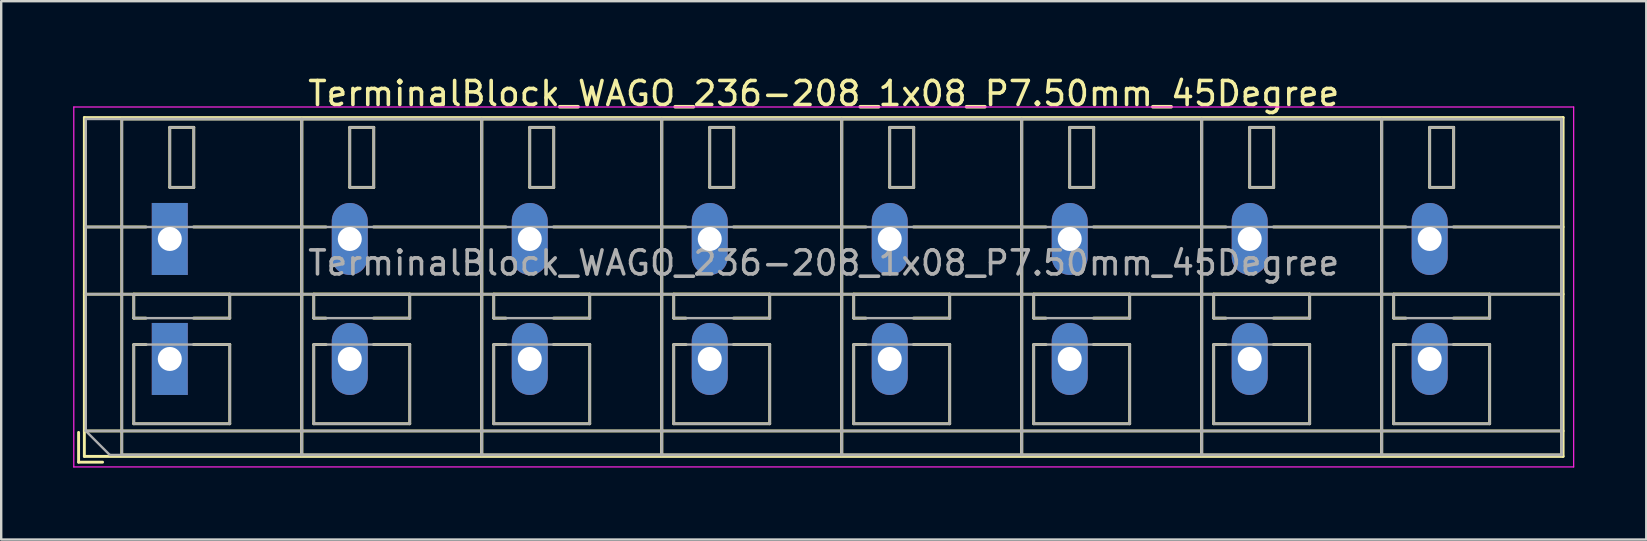
<source format=kicad_pcb>
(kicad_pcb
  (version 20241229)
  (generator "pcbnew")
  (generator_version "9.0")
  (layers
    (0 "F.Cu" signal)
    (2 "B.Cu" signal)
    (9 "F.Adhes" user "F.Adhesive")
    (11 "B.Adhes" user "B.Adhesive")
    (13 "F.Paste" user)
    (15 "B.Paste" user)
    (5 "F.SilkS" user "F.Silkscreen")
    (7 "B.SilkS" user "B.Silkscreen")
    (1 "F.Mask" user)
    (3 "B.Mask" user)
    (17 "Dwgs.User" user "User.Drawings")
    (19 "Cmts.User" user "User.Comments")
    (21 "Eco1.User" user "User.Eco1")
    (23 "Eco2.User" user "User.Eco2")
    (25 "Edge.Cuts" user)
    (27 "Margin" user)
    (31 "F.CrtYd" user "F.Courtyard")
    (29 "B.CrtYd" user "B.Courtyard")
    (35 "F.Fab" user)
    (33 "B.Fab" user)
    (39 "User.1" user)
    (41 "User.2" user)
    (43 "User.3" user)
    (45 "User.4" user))
  (footprint "TerminalBlock_WAGO_236-208_1x08_P7.50mm_45Degree"
    (layer "F.Cu")
    (at 4.025 11.908)
    (property "Reference" "TerminalBlock_WAGO_236-208_1x08_P7.50mm_45Degree" (at 27.25 -11.06 0) (layer "F.SilkS") (effects (font (size 1 1) (thickness 0.15))))
    (attr through_hole)
    (fp_line (start -3.8 3.06) (end -3.8 4.3) (stroke (width 0.12) (type solid)) (layer "F.SilkS"))
    (fp_line (start -3.8 4.3) (end -2.8 4.3) (stroke (width 0.12) (type solid)) (layer "F.SilkS"))
    (fp_line (start -3.56 -10.06) (end -3.56 4.06) (stroke (width 0.12) (type solid)) (layer "F.SilkS"))
    (fp_line (start -3.56 -10.06) (end 58.06 -10.06) (stroke (width 0.12) (type solid)) (layer "F.SilkS"))
    (fp_line (start -3.56 -5.5) (end -0.99 -5.5) (stroke (width 0.12) (type solid)) (layer "F.SilkS"))
    (fp_line (start -3.56 -2.7) (end 58.06 -2.7) (stroke (width 0.12) (type solid)) (layer "F.SilkS"))
    (fp_line (start -3.56 3) (end 58.06 3) (stroke (width 0.12) (type solid)) (layer "F.SilkS"))
    (fp_line (start -3.56 4.06) (end 58.06 4.06) (stroke (width 0.12) (type solid)) (layer "F.SilkS"))
    (fp_line (start -2 -10) (end -2 4) (stroke (width 0.12) (type solid)) (layer "F.SilkS"))
    (fp_line (start -2 -10) (end 5.5 -10) (stroke (width 0.12) (type solid)) (layer "F.SilkS"))
    (fp_line (start -2 4) (end 5.5 4) (stroke (width 0.12) (type solid)) (layer "F.SilkS"))
    (fp_line (start -1.5 -2.7) (end -1.5 -1.701) (stroke (width 0.12) (type solid)) (layer "F.SilkS"))
    (fp_line (start -1.5 -2.7) (end 2.5 -2.7) (stroke (width 0.12) (type solid)) (layer "F.SilkS"))
    (fp_line (start -1.5 -1.701) (end -0.99 -1.701) (stroke (width 0.12) (type solid)) (layer "F.SilkS"))
    (fp_line (start -1.5 -0.6) (end -1.5 2.7) (stroke (width 0.12) (type solid)) (layer "F.SilkS"))
    (fp_line (start -1.5 -0.6) (end -0.99 -0.6) (stroke (width 0.12) (type solid)) (layer "F.SilkS"))
    (fp_line (start -1.5 2.7) (end 2.5 2.7) (stroke (width 0.12) (type solid)) (layer "F.SilkS"))
    (fp_line (start 0 -9.65) (end 0 -7.15) (stroke (width 0.12) (type solid)) (layer "F.SilkS"))
    (fp_line (start 0 -9.65) (end 1 -9.65) (stroke (width 0.12) (type solid)) (layer "F.SilkS"))
    (fp_line (start 0 -7.15) (end 1 -7.15) (stroke (width 0.12) (type solid)) (layer "F.SilkS"))
    (fp_line (start 0.99 -5.5) (end 6.51 -5.5) (stroke (width 0.12) (type solid)) (layer "F.SilkS"))
    (fp_line (start 0.99 -1.701) (end 2.5 -1.701) (stroke (width 0.12) (type solid)) (layer "F.SilkS"))
    (fp_line (start 0.99 -0.6) (end 2.5 -0.6) (stroke (width 0.12) (type solid)) (layer "F.SilkS"))
    (fp_line (start 1 -9.65) (end 1 -7.15) (stroke (width 0.12) (type solid)) (layer "F.SilkS"))
    (fp_line (start 2.5 -2.7) (end 2.5 -1.701) (stroke (width 0.12) (type solid)) (layer "F.SilkS"))
    (fp_line (start 2.5 -0.6) (end 2.5 2.7) (stroke (width 0.12) (type solid)) (layer "F.SilkS"))
    (fp_line (start 5.5 -10) (end 5.5 4) (stroke (width 0.12) (type solid)) (layer "F.SilkS"))
    (fp_line (start 5.5 -10) (end 5.5 4) (stroke (width 0.12) (type solid)) (layer "F.SilkS"))
    (fp_line (start 5.5 -10) (end 13 -10) (stroke (width 0.12) (type solid)) (layer "F.SilkS"))
    (fp_line (start 5.5 4) (end 13 4) (stroke (width 0.12) (type solid)) (layer "F.SilkS"))
    (fp_line (start 6 -2.7) (end 6 -1.701) (stroke (width 0.12) (type solid)) (layer "F.SilkS"))
    (fp_line (start 6 -2.7) (end 10 -2.7) (stroke (width 0.12) (type solid)) (layer "F.SilkS"))
    (fp_line (start 6 -1.701) (end 6.51 -1.701) (stroke (width 0.12) (type solid)) (layer "F.SilkS"))
    (fp_line (start 6 -0.6) (end 6 2.7) (stroke (width 0.12) (type solid)) (layer "F.SilkS"))
    (fp_line (start 6 -0.6) (end 6.51 -0.6) (stroke (width 0.12) (type solid)) (layer "F.SilkS"))
    (fp_line (start 6 2.7) (end 10 2.7) (stroke (width 0.12) (type solid)) (layer "F.SilkS"))
    (fp_line (start 7.5 -9.65) (end 7.5 -7.15) (stroke (width 0.12) (type solid)) (layer "F.SilkS"))
    (fp_line (start 7.5 -9.65) (end 8.5 -9.65) (stroke (width 0.12) (type solid)) (layer "F.SilkS"))
    (fp_line (start 7.5 -7.15) (end 8.5 -7.15) (stroke (width 0.12) (type solid)) (layer "F.SilkS"))
    (fp_line (start 8.49 -5.5) (end 14.01 -5.5) (stroke (width 0.12) (type solid)) (layer "F.SilkS"))
    (fp_line (start 8.49 -1.701) (end 10 -1.701) (stroke (width 0.12) (type solid)) (layer "F.SilkS"))
    (fp_line (start 8.49 -0.6) (end 10 -0.6) (stroke (width 0.12) (type solid)) (layer "F.SilkS"))
    (fp_line (start 8.5 -9.65) (end 8.5 -7.15) (stroke (width 0.12) (type solid)) (layer "F.SilkS"))
    (fp_line (start 10 -2.7) (end 10 -1.701) (stroke (width 0.12) (type solid)) (layer "F.SilkS"))
    (fp_line (start 10 -0.6) (end 10 2.7) (stroke (width 0.12) (type solid)) (layer "F.SilkS"))
    (fp_line (start 13 -10) (end 13 4) (stroke (width 0.12) (type solid)) (layer "F.SilkS"))
    (fp_line (start 13 -10) (end 13 4) (stroke (width 0.12) (type solid)) (layer "F.SilkS"))
    (fp_line (start 13 -10) (end 20.5 -10) (stroke (width 0.12) (type solid)) (layer "F.SilkS"))
    (fp_line (start 13 4) (end 20.5 4) (stroke (width 0.12) (type solid)) (layer "F.SilkS"))
    (fp_line (start 13.5 -2.7) (end 13.5 -1.701) (stroke (width 0.12) (type solid)) (layer "F.SilkS"))
    (fp_line (start 13.5 -2.7) (end 17.5 -2.7) (stroke (width 0.12) (type solid)) (layer "F.SilkS"))
    (fp_line (start 13.5 -1.701) (end 14.01 -1.701) (stroke (width 0.12) (type solid)) (layer "F.SilkS"))
    (fp_line (start 13.5 -0.6) (end 13.5 2.7) (stroke (width 0.12) (type solid)) (layer "F.SilkS"))
    (fp_line (start 13.5 -0.6) (end 14.01 -0.6) (stroke (width 0.12) (type solid)) (layer "F.SilkS"))
    (fp_line (start 13.5 2.7) (end 17.5 2.7) (stroke (width 0.12) (type solid)) (layer "F.SilkS"))
    (fp_line (start 15 -9.65) (end 15 -7.15) (stroke (width 0.12) (type solid)) (layer "F.SilkS"))
    (fp_line (start 15 -9.65) (end 16 -9.65) (stroke (width 0.12) (type solid)) (layer "F.SilkS"))
    (fp_line (start 15 -7.15) (end 16 -7.15) (stroke (width 0.12) (type solid)) (layer "F.SilkS"))
    (fp_line (start 15.99 -5.5) (end 21.51 -5.5) (stroke (width 0.12) (type solid)) (layer "F.SilkS"))
    (fp_line (start 15.99 -1.701) (end 17.5 -1.701) (stroke (width 0.12) (type solid)) (layer "F.SilkS"))
    (fp_line (start 15.99 -0.6) (end 17.5 -0.6) (stroke (width 0.12) (type solid)) (layer "F.SilkS"))
    (fp_line (start 16 -9.65) (end 16 -7.15) (stroke (width 0.12) (type solid)) (layer "F.SilkS"))
    (fp_line (start 17.5 -2.7) (end 17.5 -1.701) (stroke (width 0.12) (type solid)) (layer "F.SilkS"))
    (fp_line (start 17.5 -0.6) (end 17.5 2.7) (stroke (width 0.12) (type solid)) (layer "F.SilkS"))
    (fp_line (start 20.5 -10) (end 20.5 4) (stroke (width 0.12) (type solid)) (layer "F.SilkS"))
    (fp_line (start 20.5 -10) (end 20.5 4) (stroke (width 0.12) (type solid)) (layer "F.SilkS"))
    (fp_line (start 20.5 -10) (end 28 -10) (stroke (width 0.12) (type solid)) (layer "F.SilkS"))
    (fp_line (start 20.5 4) (end 28 4) (stroke (width 0.12) (type solid)) (layer "F.SilkS"))
    (fp_line (start 21 -2.7) (end 21 -1.701) (stroke (width 0.12) (type solid)) (layer "F.SilkS"))
    (fp_line (start 21 -2.7) (end 25 -2.7) (stroke (width 0.12) (type solid)) (layer "F.SilkS"))
    (fp_line (start 21 -1.701) (end 21.51 -1.701) (stroke (width 0.12) (type solid)) (layer "F.SilkS"))
    (fp_line (start 21 -0.6) (end 21 2.7) (stroke (width 0.12) (type solid)) (layer "F.SilkS"))
    (fp_line (start 21 -0.6) (end 21.51 -0.6) (stroke (width 0.12) (type solid)) (layer "F.SilkS"))
    (fp_line (start 21 2.7) (end 25 2.7) (stroke (width 0.12) (type solid)) (layer "F.SilkS"))
    (fp_line (start 22.5 -9.65) (end 22.5 -7.15) (stroke (width 0.12) (type solid)) (layer "F.SilkS"))
    (fp_line (start 22.5 -9.65) (end 23.5 -9.65) (stroke (width 0.12) (type solid)) (layer "F.SilkS"))
    (fp_line (start 22.5 -7.15) (end 23.5 -7.15) (stroke (width 0.12) (type solid)) (layer "F.SilkS"))
    (fp_line (start 23.49 -5.5) (end 29.01 -5.5) (stroke (width 0.12) (type solid)) (layer "F.SilkS"))
    (fp_line (start 23.49 -1.701) (end 25 -1.701) (stroke (width 0.12) (type solid)) (layer "F.SilkS"))
    (fp_line (start 23.49 -0.6) (end 25 -0.6) (stroke (width 0.12) (type solid)) (layer "F.SilkS"))
    (fp_line (start 23.5 -9.65) (end 23.5 -7.15) (stroke (width 0.12) (type solid)) (layer "F.SilkS"))
    (fp_line (start 25 -2.7) (end 25 -1.701) (stroke (width 0.12) (type solid)) (layer "F.SilkS"))
    (fp_line (start 25 -0.6) (end 25 2.7) (stroke (width 0.12) (type solid)) (layer "F.SilkS"))
    (fp_line (start 28 -10) (end 28 4) (stroke (width 0.12) (type solid)) (layer "F.SilkS"))
    (fp_line (start 28 -10) (end 28 4) (stroke (width 0.12) (type solid)) (layer "F.SilkS"))
    (fp_line (start 28 -10) (end 35.5 -10) (stroke (width 0.12) (type solid)) (layer "F.SilkS"))
    (fp_line (start 28 4) (end 35.5 4) (stroke (width 0.12) (type solid)) (layer "F.SilkS"))
    (fp_line (start 28.5 -2.7) (end 28.5 -1.701) (stroke (width 0.12) (type solid)) (layer "F.SilkS"))
    (fp_line (start 28.5 -2.7) (end 32.5 -2.7) (stroke (width 0.12) (type solid)) (layer "F.SilkS"))
    (fp_line (start 28.5 -1.701) (end 29.01 -1.701) (stroke (width 0.12) (type solid)) (layer "F.SilkS"))
    (fp_line (start 28.5 -0.6) (end 28.5 2.7) (stroke (width 0.12) (type solid)) (layer "F.SilkS"))
    (fp_line (start 28.5 -0.6) (end 29.01 -0.6) (stroke (width 0.12) (type solid)) (layer "F.SilkS"))
    (fp_line (start 28.5 2.7) (end 32.5 2.7) (stroke (width 0.12) (type solid)) (layer "F.SilkS"))
    (fp_line (start 30 -9.65) (end 30 -7.15) (stroke (width 0.12) (type solid)) (layer "F.SilkS"))
    (fp_line (start 30 -9.65) (end 31 -9.65) (stroke (width 0.12) (type solid)) (layer "F.SilkS"))
    (fp_line (start 30 -7.15) (end 31 -7.15) (stroke (width 0.12) (type solid)) (layer "F.SilkS"))
    (fp_line (start 30.99 -5.5) (end 36.51 -5.5) (stroke (width 0.12) (type solid)) (layer "F.SilkS"))
    (fp_line (start 30.99 -1.701) (end 32.5 -1.701) (stroke (width 0.12) (type solid)) (layer "F.SilkS"))
    (fp_line (start 30.99 -0.6) (end 32.5 -0.6) (stroke (width 0.12) (type solid)) (layer "F.SilkS"))
    (fp_line (start 31 -9.65) (end 31 -7.15) (stroke (width 0.12) (type solid)) (layer "F.SilkS"))
    (fp_line (start 32.5 -2.7) (end 32.5 -1.701) (stroke (width 0.12) (type solid)) (layer "F.SilkS"))
    (fp_line (start 32.5 -0.6) (end 32.5 2.7) (stroke (width 0.12) (type solid)) (layer "F.SilkS"))
    (fp_line (start 35.5 -10) (end 35.5 4) (stroke (width 0.12) (type solid)) (layer "F.SilkS"))
    (fp_line (start 35.5 -10) (end 35.5 4) (stroke (width 0.12) (type solid)) (layer "F.SilkS"))
    (fp_line (start 35.5 -10) (end 43 -10) (stroke (width 0.12) (type solid)) (layer "F.SilkS"))
    (fp_line (start 35.5 4) (end 43 4) (stroke (width 0.12) (type solid)) (layer "F.SilkS"))
    (fp_line (start 36 -2.7) (end 36 -1.701) (stroke (width 0.12) (type solid)) (layer "F.SilkS"))
    (fp_line (start 36 -2.7) (end 40 -2.7) (stroke (width 0.12) (type solid)) (layer "F.SilkS"))
    (fp_line (start 36 -1.701) (end 36.51 -1.701) (stroke (width 0.12) (type solid)) (layer "F.SilkS"))
    (fp_line (start 36 -0.6) (end 36 2.7) (stroke (width 0.12) (type solid)) (layer "F.SilkS"))
    (fp_line (start 36 -0.6) (end 36.51 -0.6) (stroke (width 0.12) (type solid)) (layer "F.SilkS"))
    (fp_line (start 36 2.7) (end 40 2.7) (stroke (width 0.12) (type solid)) (layer "F.SilkS"))
    (fp_line (start 37.5 -9.65) (end 37.5 -7.15) (stroke (width 0.12) (type solid)) (layer "F.SilkS"))
    (fp_line (start 37.5 -9.65) (end 38.5 -9.65) (stroke (width 0.12) (type solid)) (layer "F.SilkS"))
    (fp_line (start 37.5 -7.15) (end 38.5 -7.15) (stroke (width 0.12) (type solid)) (layer "F.SilkS"))
    (fp_line (start 38.49 -5.5) (end 44.01 -5.5) (stroke (width 0.12) (type solid)) (layer "F.SilkS"))
    (fp_line (start 38.49 -1.701) (end 40 -1.701) (stroke (width 0.12) (type solid)) (layer "F.SilkS"))
    (fp_line (start 38.49 -0.6) (end 40 -0.6) (stroke (width 0.12) (type solid)) (layer "F.SilkS"))
    (fp_line (start 38.5 -9.65) (end 38.5 -7.15) (stroke (width 0.12) (type solid)) (layer "F.SilkS"))
    (fp_line (start 40 -2.7) (end 40 -1.701) (stroke (width 0.12) (type solid)) (layer "F.SilkS"))
    (fp_line (start 40 -0.6) (end 40 2.7) (stroke (width 0.12) (type solid)) (layer "F.SilkS"))
    (fp_line (start 43 -10) (end 43 4) (stroke (width 0.12) (type solid)) (layer "F.SilkS"))
    (fp_line (start 43 -10) (end 43 4) (stroke (width 0.12) (type solid)) (layer "F.SilkS"))
    (fp_line (start 43 -10) (end 50.5 -10) (stroke (width 0.12) (type solid)) (layer "F.SilkS"))
    (fp_line (start 43 4) (end 50.5 4) (stroke (width 0.12) (type solid)) (layer "F.SilkS"))
    (fp_line (start 43.5 -2.7) (end 43.5 -1.701) (stroke (width 0.12) (type solid)) (layer "F.SilkS"))
    (fp_line (start 43.5 -2.7) (end 47.5 -2.7) (stroke (width 0.12) (type solid)) (layer "F.SilkS"))
    (fp_line (start 43.5 -1.701) (end 44.01 -1.701) (stroke (width 0.12) (type solid)) (layer "F.SilkS"))
    (fp_line (start 43.5 -0.6) (end 43.5 2.7) (stroke (width 0.12) (type solid)) (layer "F.SilkS"))
    (fp_line (start 43.5 -0.6) (end 44.01 -0.6) (stroke (width 0.12) (type solid)) (layer "F.SilkS"))
    (fp_line (start 43.5 2.7) (end 47.5 2.7) (stroke (width 0.12) (type solid)) (layer "F.SilkS"))
    (fp_line (start 45 -9.65) (end 45 -7.15) (stroke (width 0.12) (type solid)) (layer "F.SilkS"))
    (fp_line (start 45 -9.65) (end 46 -9.65) (stroke (width 0.12) (type solid)) (layer "F.SilkS"))
    (fp_line (start 45 -7.15) (end 46 -7.15) (stroke (width 0.12) (type solid)) (layer "F.SilkS"))
    (fp_line (start 45.99 -5.5) (end 51.51 -5.5) (stroke (width 0.12) (type solid)) (layer "F.SilkS"))
    (fp_line (start 45.99 -1.701) (end 47.5 -1.701) (stroke (width 0.12) (type solid)) (layer "F.SilkS"))
    (fp_line (start 45.99 -0.6) (end 47.5 -0.6) (stroke (width 0.12) (type solid)) (layer "F.SilkS"))
    (fp_line (start 46 -9.65) (end 46 -7.15) (stroke (width 0.12) (type solid)) (layer "F.SilkS"))
    (fp_line (start 47.5 -2.7) (end 47.5 -1.701) (stroke (width 0.12) (type solid)) (layer "F.SilkS"))
    (fp_line (start 47.5 -0.6) (end 47.5 2.7) (stroke (width 0.12) (type solid)) (layer "F.SilkS"))
    (fp_line (start 50.5 -10) (end 50.5 4) (stroke (width 0.12) (type solid)) (layer "F.SilkS"))
    (fp_line (start 50.5 -10) (end 50.5 4) (stroke (width 0.12) (type solid)) (layer "F.SilkS"))
    (fp_line (start 50.5 -10) (end 58 -10) (stroke (width 0.12) (type solid)) (layer "F.SilkS"))
    (fp_line (start 50.5 4) (end 58 4) (stroke (width 0.12) (type solid)) (layer "F.SilkS"))
    (fp_line (start 51 -2.7) (end 51 -1.701) (stroke (width 0.12) (type solid)) (layer "F.SilkS"))
    (fp_line (start 51 -2.7) (end 55 -2.7) (stroke (width 0.12) (type solid)) (layer "F.SilkS"))
    (fp_line (start 51 -1.701) (end 51.51 -1.701) (stroke (width 0.12) (type solid)) (layer "F.SilkS"))
    (fp_line (start 51 -0.6) (end 51 2.7) (stroke (width 0.12) (type solid)) (layer "F.SilkS"))
    (fp_line (start 51 -0.6) (end 51.51 -0.6) (stroke (width 0.12) (type solid)) (layer "F.SilkS"))
    (fp_line (start 51 2.7) (end 55 2.7) (stroke (width 0.12) (type solid)) (layer "F.SilkS"))
    (fp_line (start 52.5 -9.65) (end 52.5 -7.15) (stroke (width 0.12) (type solid)) (layer "F.SilkS"))
    (fp_line (start 52.5 -9.65) (end 53.5 -9.65) (stroke (width 0.12) (type solid)) (layer "F.SilkS"))
    (fp_line (start 52.5 -7.15) (end 53.5 -7.15) (stroke (width 0.12) (type solid)) (layer "F.SilkS"))
    (fp_line (start 53.49 -5.5) (end 58.06 -5.5) (stroke (width 0.12) (type solid)) (layer "F.SilkS"))
    (fp_line (start 53.49 -1.701) (end 55 -1.701) (stroke (width 0.12) (type solid)) (layer "F.SilkS"))
    (fp_line (start 53.49 -0.6) (end 55 -0.6) (stroke (width 0.12) (type solid)) (layer "F.SilkS"))
    (fp_line (start 53.5 -9.65) (end 53.5 -7.15) (stroke (width 0.12) (type solid)) (layer "F.SilkS"))
    (fp_line (start 55 -2.7) (end 55 -1.701) (stroke (width 0.12) (type solid)) (layer "F.SilkS"))
    (fp_line (start 55 -0.6) (end 55 2.7) (stroke (width 0.12) (type solid)) (layer "F.SilkS"))
    (fp_line (start 58 -10) (end 58 4) (stroke (width 0.12) (type solid)) (layer "F.SilkS"))
    (fp_line (start 58.06 -10.06) (end 58.06 4.06) (stroke (width 0.12) (type solid)) (layer "F.SilkS"))
    (fp_line (start -4 -10.5) (end -4 4.5) (stroke (width 0.05) (type solid)) (layer "F.CrtYd"))
    (fp_line (start -4 4.5) (end 58.5 4.5) (stroke (width 0.05) (type solid)) (layer "F.CrtYd"))
    (fp_line (start 58.5 -10.5) (end -4 -10.5) (stroke (width 0.05) (type solid)) (layer "F.CrtYd"))
    (fp_line (start 58.5 4.5) (end 58.5 -10.5) (stroke (width 0.05) (type solid)) (layer "F.CrtYd"))
    (fp_line (start -3.5 -10) (end 58 -10) (stroke (width 0.1) (type solid)) (layer "F.Fab"))
    (fp_line (start -3.5 -5.5) (end 58 -5.5) (stroke (width 0.1) (type solid)) (layer "F.Fab"))
    (fp_line (start -3.5 -2.7) (end 58 -2.7) (stroke (width 0.1) (type solid)) (layer "F.Fab"))
    (fp_line (start -3.5 3) (end -3.5 -10) (stroke (width 0.1) (type solid)) (layer "F.Fab"))
    (fp_line (start -3.5 3) (end 58 3) (stroke (width 0.1) (type solid)) (layer "F.Fab"))
    (fp_line (start -2.5 4) (end -3.5 3) (stroke (width 0.1) (type solid)) (layer "F.Fab"))
    (fp_line (start -2 -10) (end -2 4) (stroke (width 0.1) (type solid)) (layer "F.Fab"))
    (fp_line (start -2 4) (end 5.5 4) (stroke (width 0.1) (type solid)) (layer "F.Fab"))
    (fp_line (start -1.5 -2.7) (end -1.5 -1.7) (stroke (width 0.1) (type solid)) (layer "F.Fab"))
    (fp_line (start -1.5 -1.7) (end 2.5 -1.7) (stroke (width 0.1) (type solid)) (layer "F.Fab"))
    (fp_line (start -1.5 -0.6) (end -1.5 2.7) (stroke (width 0.1) (type solid)) (layer "F.Fab"))
    (fp_line (start -1.5 2.7) (end 2.5 2.7) (stroke (width 0.1) (type solid)) (layer "F.Fab"))
    (fp_line (start 0 -9.65) (end 0 -7.15) (stroke (width 0.1) (type solid)) (layer "F.Fab"))
    (fp_line (start 0 -7.15) (end 1 -7.15) (stroke (width 0.1) (type solid)) (layer "F.Fab"))
    (fp_line (start 1 -9.65) (end 0 -9.65) (stroke (width 0.1) (type solid)) (layer "F.Fab"))
    (fp_line (start 1 -7.15) (end 1 -9.65) (stroke (width 0.1) (type solid)) (layer "F.Fab"))
    (fp_line (start 2.5 -2.7) (end -1.5 -2.7) (stroke (width 0.1) (type solid)) (layer "F.Fab"))
    (fp_line (start 2.5 -1.7) (end 2.5 -2.7) (stroke (width 0.1) (type solid)) (layer "F.Fab"))
    (fp_line (start 2.5 -0.6) (end -1.5 -0.6) (stroke (width 0.1) (type solid)) (layer "F.Fab"))
    (fp_line (start 2.5 2.7) (end 2.5 -0.6) (stroke (width 0.1) (type solid)) (layer "F.Fab"))
    (fp_line (start 5.5 -10) (end -2 -10) (stroke (width 0.1) (type solid)) (layer "F.Fab"))
    (fp_line (start 5.5 -10) (end 5.5 4) (stroke (width 0.1) (type solid)) (layer "F.Fab"))
    (fp_line (start 5.5 4) (end 5.5 -10) (stroke (width 0.1) (type solid)) (layer "F.Fab"))
    (fp_line (start 5.5 4) (end 13 4) (stroke (width 0.1) (type solid)) (layer "F.Fab"))
    (fp_line (start 6 -2.7) (end 6 -1.7) (stroke (width 0.1) (type solid)) (layer "F.Fab"))
    (fp_line (start 6 -1.7) (end 10 -1.7) (stroke (width 0.1) (type solid)) (layer "F.Fab"))
    (fp_line (start 6 -0.6) (end 6 2.7) (stroke (width 0.1) (type solid)) (layer "F.Fab"))
    (fp_line (start 6 2.7) (end 10 2.7) (stroke (width 0.1) (type solid)) (layer "F.Fab"))
    (fp_line (start 7.5 -9.65) (end 7.5 -7.15) (stroke (width 0.1) (type solid)) (layer "F.Fab"))
    (fp_line (start 7.5 -7.15) (end 8.5 -7.15) (stroke (width 0.1) (type solid)) (layer "F.Fab"))
    (fp_line (start 8.5 -9.65) (end 7.5 -9.65) (stroke (width 0.1) (type solid)) (layer "F.Fab"))
    (fp_line (start 8.5 -7.15) (end 8.5 -9.65) (stroke (width 0.1) (type solid)) (layer "F.Fab"))
    (fp_line (start 10 -2.7) (end 6 -2.7) (stroke (width 0.1) (type solid)) (layer "F.Fab"))
    (fp_line (start 10 -1.7) (end 10 -2.7) (stroke (width 0.1) (type solid)) (layer "F.Fab"))
    (fp_line (start 10 -0.6) (end 6 -0.6) (stroke (width 0.1) (type solid)) (layer "F.Fab"))
    (fp_line (start 10 2.7) (end 10 -0.6) (stroke (width 0.1) (type solid)) (layer "F.Fab"))
    (fp_line (start 13 -10) (end 5.5 -10) (stroke (width 0.1) (type solid)) (layer "F.Fab"))
    (fp_line (start 13 -10) (end 13 4) (stroke (width 0.1) (type solid)) (layer "F.Fab"))
    (fp_line (start 13 4) (end 13 -10) (stroke (width 0.1) (type solid)) (layer "F.Fab"))
    (fp_line (start 13 4) (end 20.5 4) (stroke (width 0.1) (type solid)) (layer "F.Fab"))
    (fp_line (start 13.5 -2.7) (end 13.5 -1.7) (stroke (width 0.1) (type solid)) (layer "F.Fab"))
    (fp_line (start 13.5 -1.7) (end 17.5 -1.7) (stroke (width 0.1) (type solid)) (layer "F.Fab"))
    (fp_line (start 13.5 -0.6) (end 13.5 2.7) (stroke (width 0.1) (type solid)) (layer "F.Fab"))
    (fp_line (start 13.5 2.7) (end 17.5 2.7) (stroke (width 0.1) (type solid)) (layer "F.Fab"))
    (fp_line (start 15 -9.65) (end 15 -7.15) (stroke (width 0.1) (type solid)) (layer "F.Fab"))
    (fp_line (start 15 -7.15) (end 16 -7.15) (stroke (width 0.1) (type solid)) (layer "F.Fab"))
    (fp_line (start 16 -9.65) (end 15 -9.65) (stroke (width 0.1) (type solid)) (layer "F.Fab"))
    (fp_line (start 16 -7.15) (end 16 -9.65) (stroke (width 0.1) (type solid)) (layer "F.Fab"))
    (fp_line (start 17.5 -2.7) (end 13.5 -2.7) (stroke (width 0.1) (type solid)) (layer "F.Fab"))
    (fp_line (start 17.5 -1.7) (end 17.5 -2.7) (stroke (width 0.1) (type solid)) (layer "F.Fab"))
    (fp_line (start 17.5 -0.6) (end 13.5 -0.6) (stroke (width 0.1) (type solid)) (layer "F.Fab"))
    (fp_line (start 17.5 2.7) (end 17.5 -0.6) (stroke (width 0.1) (type solid)) (layer "F.Fab"))
    (fp_line (start 20.5 -10) (end 13 -10) (stroke (width 0.1) (type solid)) (layer "F.Fab"))
    (fp_line (start 20.5 -10) (end 20.5 4) (stroke (width 0.1) (type solid)) (layer "F.Fab"))
    (fp_line (start 20.5 4) (end 20.5 -10) (stroke (width 0.1) (type solid)) (layer "F.Fab"))
    (fp_line (start 20.5 4) (end 28 4) (stroke (width 0.1) (type solid)) (layer "F.Fab"))
    (fp_line (start 21 -2.7) (end 21 -1.7) (stroke (width 0.1) (type solid)) (layer "F.Fab"))
    (fp_line (start 21 -1.7) (end 25 -1.7) (stroke (width 0.1) (type solid)) (layer "F.Fab"))
    (fp_line (start 21 -0.6) (end 21 2.7) (stroke (width 0.1) (type solid)) (layer "F.Fab"))
    (fp_line (start 21 2.7) (end 25 2.7) (stroke (width 0.1) (type solid)) (layer "F.Fab"))
    (fp_line (start 22.5 -9.65) (end 22.5 -7.15) (stroke (width 0.1) (type solid)) (layer "F.Fab"))
    (fp_line (start 22.5 -7.15) (end 23.5 -7.15) (stroke (width 0.1) (type solid)) (layer "F.Fab"))
    (fp_line (start 23.5 -9.65) (end 22.5 -9.65) (stroke (width 0.1) (type solid)) (layer "F.Fab"))
    (fp_line (start 23.5 -7.15) (end 23.5 -9.65) (stroke (width 0.1) (type solid)) (layer "F.Fab"))
    (fp_line (start 25 -2.7) (end 21 -2.7) (stroke (width 0.1) (type solid)) (layer "F.Fab"))
    (fp_line (start 25 -1.7) (end 25 -2.7) (stroke (width 0.1) (type solid)) (layer "F.Fab"))
    (fp_line (start 25 -0.6) (end 21 -0.6) (stroke (width 0.1) (type solid)) (layer "F.Fab"))
    (fp_line (start 25 2.7) (end 25 -0.6) (stroke (width 0.1) (type solid)) (layer "F.Fab"))
    (fp_line (start 28 -10) (end 20.5 -10) (stroke (width 0.1) (type solid)) (layer "F.Fab"))
    (fp_line (start 28 -10) (end 28 4) (stroke (width 0.1) (type solid)) (layer "F.Fab"))
    (fp_line (start 28 4) (end 28 -10) (stroke (width 0.1) (type solid)) (layer "F.Fab"))
    (fp_line (start 28 4) (end 35.5 4) (stroke (width 0.1) (type solid)) (layer "F.Fab"))
    (fp_line (start 28.5 -2.7) (end 28.5 -1.7) (stroke (width 0.1) (type solid)) (layer "F.Fab"))
    (fp_line (start 28.5 -1.7) (end 32.5 -1.7) (stroke (width 0.1) (type solid)) (layer "F.Fab"))
    (fp_line (start 28.5 -0.6) (end 28.5 2.7) (stroke (width 0.1) (type solid)) (layer "F.Fab"))
    (fp_line (start 28.5 2.7) (end 32.5 2.7) (stroke (width 0.1) (type solid)) (layer "F.Fab"))
    (fp_line (start 30 -9.65) (end 30 -7.15) (stroke (width 0.1) (type solid)) (layer "F.Fab"))
    (fp_line (start 30 -7.15) (end 31 -7.15) (stroke (width 0.1) (type solid)) (layer "F.Fab"))
    (fp_line (start 31 -9.65) (end 30 -9.65) (stroke (width 0.1) (type solid)) (layer "F.Fab"))
    (fp_line (start 31 -7.15) (end 31 -9.65) (stroke (width 0.1) (type solid)) (layer "F.Fab"))
    (fp_line (start 32.5 -2.7) (end 28.5 -2.7) (stroke (width 0.1) (type solid)) (layer "F.Fab"))
    (fp_line (start 32.5 -1.7) (end 32.5 -2.7) (stroke (width 0.1) (type solid)) (layer "F.Fab"))
    (fp_line (start 32.5 -0.6) (end 28.5 -0.6) (stroke (width 0.1) (type solid)) (layer "F.Fab"))
    (fp_line (start 32.5 2.7) (end 32.5 -0.6) (stroke (width 0.1) (type solid)) (layer "F.Fab"))
    (fp_line (start 35.5 -10) (end 28 -10) (stroke (width 0.1) (type solid)) (layer "F.Fab"))
    (fp_line (start 35.5 -10) (end 35.5 4) (stroke (width 0.1) (type solid)) (layer "F.Fab"))
    (fp_line (start 35.5 4) (end 35.5 -10) (stroke (width 0.1) (type solid)) (layer "F.Fab"))
    (fp_line (start 35.5 4) (end 43 4) (stroke (width 0.1) (type solid)) (layer "F.Fab"))
    (fp_line (start 36 -2.7) (end 36 -1.7) (stroke (width 0.1) (type solid)) (layer "F.Fab"))
    (fp_line (start 36 -1.7) (end 40 -1.7) (stroke (width 0.1) (type solid)) (layer "F.Fab"))
    (fp_line (start 36 -0.6) (end 36 2.7) (stroke (width 0.1) (type solid)) (layer "F.Fab"))
    (fp_line (start 36 2.7) (end 40 2.7) (stroke (width 0.1) (type solid)) (layer "F.Fab"))
    (fp_line (start 37.5 -9.65) (end 37.5 -7.15) (stroke (width 0.1) (type solid)) (layer "F.Fab"))
    (fp_line (start 37.5 -7.15) (end 38.5 -7.15) (stroke (width 0.1) (type solid)) (layer "F.Fab"))
    (fp_line (start 38.5 -9.65) (end 37.5 -9.65) (stroke (width 0.1) (type solid)) (layer "F.Fab"))
    (fp_line (start 38.5 -7.15) (end 38.5 -9.65) (stroke (width 0.1) (type solid)) (layer "F.Fab"))
    (fp_line (start 40 -2.7) (end 36 -2.7) (stroke (width 0.1) (type solid)) (layer "F.Fab"))
    (fp_line (start 40 -1.7) (end 40 -2.7) (stroke (width 0.1) (type solid)) (layer "F.Fab"))
    (fp_line (start 40 -0.6) (end 36 -0.6) (stroke (width 0.1) (type solid)) (layer "F.Fab"))
    (fp_line (start 40 2.7) (end 40 -0.6) (stroke (width 0.1) (type solid)) (layer "F.Fab"))
    (fp_line (start 43 -10) (end 35.5 -10) (stroke (width 0.1) (type solid)) (layer "F.Fab"))
    (fp_line (start 43 -10) (end 43 4) (stroke (width 0.1) (type solid)) (layer "F.Fab"))
    (fp_line (start 43 4) (end 43 -10) (stroke (width 0.1) (type solid)) (layer "F.Fab"))
    (fp_line (start 43 4) (end 50.5 4) (stroke (width 0.1) (type solid)) (layer "F.Fab"))
    (fp_line (start 43.5 -2.7) (end 43.5 -1.7) (stroke (width 0.1) (type solid)) (layer "F.Fab"))
    (fp_line (start 43.5 -1.7) (end 47.5 -1.7) (stroke (width 0.1) (type solid)) (layer "F.Fab"))
    (fp_line (start 43.5 -0.6) (end 43.5 2.7) (stroke (width 0.1) (type solid)) (layer "F.Fab"))
    (fp_line (start 43.5 2.7) (end 47.5 2.7) (stroke (width 0.1) (type solid)) (layer "F.Fab"))
    (fp_line (start 45 -9.65) (end 45 -7.15) (stroke (width 0.1) (type solid)) (layer "F.Fab"))
    (fp_line (start 45 -7.15) (end 46 -7.15) (stroke (width 0.1) (type solid)) (layer "F.Fab"))
    (fp_line (start 46 -9.65) (end 45 -9.65) (stroke (width 0.1) (type solid)) (layer "F.Fab"))
    (fp_line (start 46 -7.15) (end 46 -9.65) (stroke (width 0.1) (type solid)) (layer "F.Fab"))
    (fp_line (start 47.5 -2.7) (end 43.5 -2.7) (stroke (width 0.1) (type solid)) (layer "F.Fab"))
    (fp_line (start 47.5 -1.7) (end 47.5 -2.7) (stroke (width 0.1) (type solid)) (layer "F.Fab"))
    (fp_line (start 47.5 -0.6) (end 43.5 -0.6) (stroke (width 0.1) (type solid)) (layer "F.Fab"))
    (fp_line (start 47.5 2.7) (end 47.5 -0.6) (stroke (width 0.1) (type solid)) (layer "F.Fab"))
    (fp_line (start 50.5 -10) (end 43 -10) (stroke (width 0.1) (type solid)) (layer "F.Fab"))
    (fp_line (start 50.5 -10) (end 50.5 4) (stroke (width 0.1) (type solid)) (layer "F.Fab"))
    (fp_line (start 50.5 4) (end 50.5 -10) (stroke (width 0.1) (type solid)) (layer "F.Fab"))
    (fp_line (start 50.5 4) (end 58 4) (stroke (width 0.1) (type solid)) (layer "F.Fab"))
    (fp_line (start 51 -2.7) (end 51 -1.7) (stroke (width 0.1) (type solid)) (layer "F.Fab"))
    (fp_line (start 51 -1.7) (end 55 -1.7) (stroke (width 0.1) (type solid)) (layer "F.Fab"))
    (fp_line (start 51 -0.6) (end 51 2.7) (stroke (width 0.1) (type solid)) (layer "F.Fab"))
    (fp_line (start 51 2.7) (end 55 2.7) (stroke (width 0.1) (type solid)) (layer "F.Fab"))
    (fp_line (start 52.5 -9.65) (end 52.5 -7.15) (stroke (width 0.1) (type solid)) (layer "F.Fab"))
    (fp_line (start 52.5 -7.15) (end 53.5 -7.15) (stroke (width 0.1) (type solid)) (layer "F.Fab"))
    (fp_line (start 53.5 -9.65) (end 52.5 -9.65) (stroke (width 0.1) (type solid)) (layer "F.Fab"))
    (fp_line (start 53.5 -7.15) (end 53.5 -9.65) (stroke (width 0.1) (type solid)) (layer "F.Fab"))
    (fp_line (start 55 -2.7) (end 51 -2.7) (stroke (width 0.1) (type solid)) (layer "F.Fab"))
    (fp_line (start 55 -1.7) (end 55 -2.7) (stroke (width 0.1) (type solid)) (layer "F.Fab"))
    (fp_line (start 55 -0.6) (end 51 -0.6) (stroke (width 0.1) (type solid)) (layer "F.Fab"))
    (fp_line (start 55 2.7) (end 55 -0.6) (stroke (width 0.1) (type solid)) (layer "F.Fab"))
    (fp_line (start 58 -10) (end 50.5 -10) (stroke (width 0.1) (type solid)) (layer "F.Fab"))
    (fp_line (start 58 -10) (end 58 4) (stroke (width 0.1) (type solid)) (layer "F.Fab"))
    (fp_line (start 58 4) (end -2.5 4) (stroke (width 0.1) (type solid)) (layer "F.Fab"))
    (fp_line (start 58 4) (end 58 -10) (stroke (width 0.1) (type solid)) (layer "F.Fab"))
    (fp_text user "${REFERENCE}" (at 27.25 -4 0) (layer "F.Fab") (effects (font (size 1 1) (thickness 0.15))))
    (pad "1" thru_hole rect (at 0 -5) (size 1.5 3) (drill 1) (layers "*.Cu" "*.Mask"))
    (pad "1" thru_hole rect (at 0 0) (size 1.5 3) (drill 1) (layers "*.Cu" "*.Mask"))
    (pad "2" thru_hole oval (at 7.5 -5) (size 1.5 3) (drill 1) (layers "*.Cu" "*.Mask"))
    (pad "2" thru_hole oval (at 7.5 0) (size 1.5 3) (drill 1) (layers "*.Cu" "*.Mask"))
    (pad "3" thru_hole oval (at 15 -5) (size 1.5 3) (drill 1) (layers "*.Cu" "*.Mask"))
    (pad "3" thru_hole oval (at 15 0) (size 1.5 3) (drill 1) (layers "*.Cu" "*.Mask"))
    (pad "4" thru_hole oval (at 22.5 -5) (size 1.5 3) (drill 1) (layers "*.Cu" "*.Mask"))
    (pad "4" thru_hole oval (at 22.5 0) (size 1.5 3) (drill 1) (layers "*.Cu" "*.Mask"))
    (pad "5" thru_hole oval (at 30 -5) (size 1.5 3) (drill 1) (layers "*.Cu" "*.Mask"))
    (pad "5" thru_hole oval (at 30 0) (size 1.5 3) (drill 1) (layers "*.Cu" "*.Mask"))
    (pad "6" thru_hole oval (at 37.5 -5) (size 1.5 3) (drill 1) (layers "*.Cu" "*.Mask"))
    (pad "6" thru_hole oval (at 37.5 0) (size 1.5 3) (drill 1) (layers "*.Cu" "*.Mask"))
    (pad "7" thru_hole oval (at 45 -5) (size 1.5 3) (drill 1) (layers "*.Cu" "*.Mask"))
    (pad "7" thru_hole oval (at 45 0) (size 1.5 3) (drill 1) (layers "*.Cu" "*.Mask"))
    (pad "8" thru_hole oval (at 52.5 -5) (size 1.5 3) (drill 1) (layers "*.Cu" "*.Mask"))
    (pad "8" thru_hole oval (at 52.5 0) (size 1.5 3) (drill 1) (layers "*.Cu" "*.Mask")))
  (gr_rect
    (start -3 -3)
    (end 65.55 19.433)
    (stroke (width 0.1) (type default))
    (fill no)
    (layer "Edge.Cuts")))
</source>
